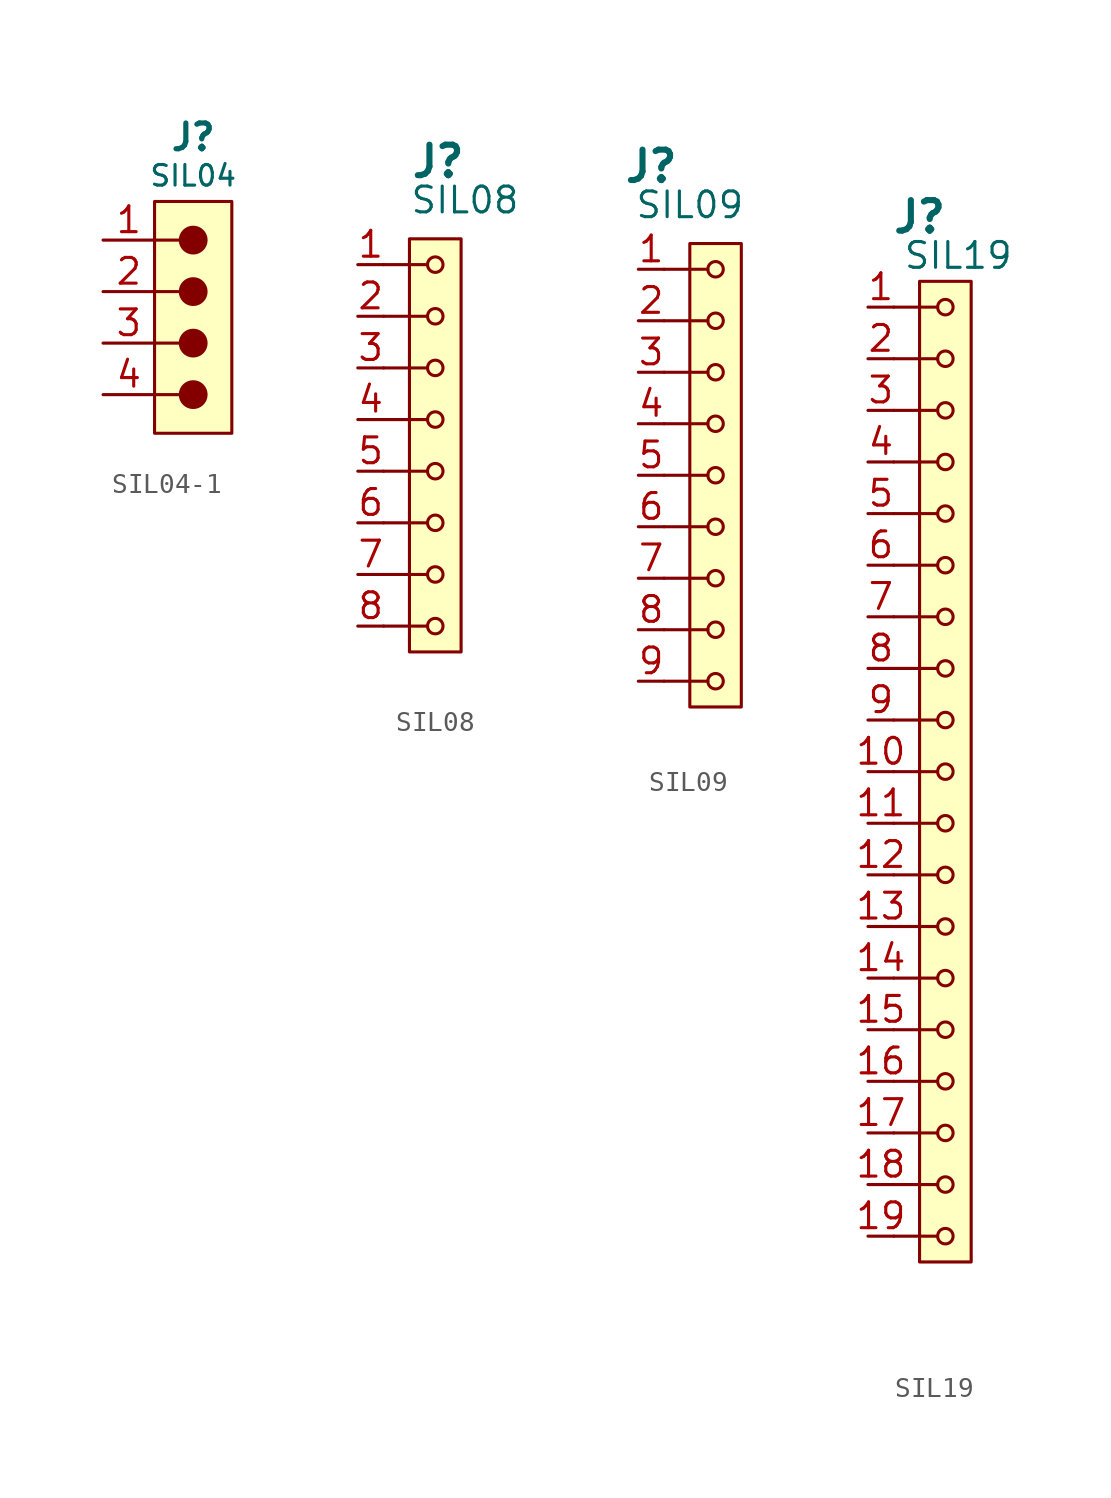
<source format=kicad_sym>
(kicad_symbol_lib
  (version 20231120)
  (generator "kicad_symbol_editor")
  (generator_version "8.0")
  (symbol "SIL04-1"
    (pin_names hide)
    (property "Reference" "J"
      (at 0 2.54 0)
      (effects (font (size 1.27 1.27) (bold yes))))
    (property "Value" "SIL04"
      (at 0 0.635 0)
      (effects (font (size 1.016 1.016))))
    (symbol "SIL04-1_1_1"
      (rectangle (start -1.905 -0.635) (end 1.905 -12.065) (stroke (width 0) (type default)) (fill (type background)))
      (circle (center 0 -10.16) (radius 0.635) (stroke (width 0) (type default)) (fill (type outline)))
      (circle (center 0 -7.62) (radius 0.635) (stroke (width 0) (type default)) (fill (type outline)))
      (circle (center 0 -5.08) (radius 0.635) (stroke (width 0) (type default)) (fill (type outline)))
      (circle (center 0 -2.54) (radius 0.635) (stroke (width 0) (type default)) (fill (type outline)))
      (polyline (pts (xy -1.905 -10.16) (xy -0.635 -10.16)) (stroke (width 0) (type default)) (fill (type none)))
      (polyline (pts (xy -1.905 -5.08) (xy -0.635 -5.08)) (stroke (width 0) (type default)) (fill (type none)))
      (polyline (pts (xy -1.905 -2.54) (xy -0.635 -2.54)) (stroke (width 0) (type default)) (fill (type none)))
      (polyline (pts (xy -0.635 -7.62) (xy -1.905 -7.62)) (stroke (width 0) (type default)) (fill (type none)))
      (pin passive line (at -4.445 -2.54 0) (length 2.54) (name "1" (effects (font (size 1.27 1.27)))) (number "1" (effects (font (size 1.27 1.27)))))
      (pin passive line (at -4.445 -5.08 0) (length 2.54) (name "2" (effects (font (size 1.27 1.27)))) (number "2" (effects (font (size 1.27 1.27)))))
      (pin passive line (at -4.445 -7.62 0) (length 2.54) (name "3" (effects (font (size 1.27 1.27)))) (number "3" (effects (font (size 1.27 1.27)))))
      (pin passive line (at -4.445 -10.16 0) (length 2.54) (name "4" (effects (font (size 1.27 1.27)))) (number "4" (effects (font (size 1.27 1.27)))))))
  (symbol "SIL08"
    (pin_names hide)
    (property "Reference" "J"
      (at 0 0 0)
      (effects (font (size 1.5 1.5) (bold yes)) (justify left)))
    (property "Value" "SIL08"
      (at 0 -1.905 0)
      (effects (font (size 1.27 1.27)) (justify left)))
    (symbol "SIL08_0_0"
      (polyline (pts (xy -1.27 -22.86) (xy 0.889 -22.86)) (stroke (width 0) (type default)) (fill (type none)))
      (polyline (pts (xy -1.27 -20.32) (xy 0.889 -20.32)) (stroke (width 0) (type default)) (fill (type none)))
      (polyline (pts (xy -1.27 -17.78) (xy 0.889 -17.78)) (stroke (width 0) (type default)) (fill (type none)))
      (polyline (pts (xy -1.27 -15.24) (xy 0.889 -15.24)) (stroke (width 0) (type default)) (fill (type none)))
      (polyline (pts (xy -1.27 -12.7) (xy 0.889 -12.7)) (stroke (width 0) (type default)) (fill (type none)))
      (polyline (pts (xy -1.27 -10.16) (xy 0.889 -10.16)) (stroke (width 0) (type default)) (fill (type none)))
      (polyline (pts (xy -1.27 -7.62) (xy 0.889 -7.62)) (stroke (width 0) (type default)) (fill (type none)))
      (polyline (pts (xy -1.27 -5.08) (xy 0.889 -5.08)) (stroke (width 0) (type default)) (fill (type none))))
    (symbol "SIL08_1_0"
      (rectangle (start 0 -3.81) (end 2.54 -24.13) (stroke (width 0) (type default)) (fill (type background)))
      (circle (center 1.27 -22.86) (radius 0.381) (stroke (width 0) (type default)) (fill (type none)))
      (circle (center 1.27 -20.32) (radius 0.381) (stroke (width 0) (type default)) (fill (type none)))
      (circle (center 1.27 -17.78) (radius 0.381) (stroke (width 0) (type default)) (fill (type none)))
      (circle (center 1.27 -15.24) (radius 0.381) (stroke (width 0) (type default)) (fill (type none)))
      (circle (center 1.27 -12.7) (radius 0.381) (stroke (width 0) (type default)) (fill (type none)))
      (circle (center 1.27 -10.16) (radius 0.381) (stroke (width 0) (type default)) (fill (type none)))
      (circle (center 1.27 -7.62) (radius 0.381) (stroke (width 0) (type default)) (fill (type none)))
      (circle (center 1.27 -5.08) (radius 0.381) (stroke (width 0) (type default)) (fill (type none)))
      (pin passive line (at -2.54 -5.08 0) (length 1.27) (name "1" (effects (font (size 1.27 1.27)))) (number "1" (effects (font (size 1.27 1.27)))))
      (pin passive line (at -2.54 -7.62 0) (length 1.27) (name "2" (effects (font (size 1.27 1.27)))) (number "2" (effects (font (size 1.27 1.27)))))
      (pin passive line (at -2.54 -10.16 0) (length 1.27) (name "3" (effects (font (size 1.27 1.27)))) (number "3" (effects (font (size 1.27 1.27)))))
      (pin passive line (at -2.54 -12.7 0) (length 1.27) (name "4" (effects (font (size 1.27 1.27)))) (number "4" (effects (font (size 1.27 1.27)))))
      (pin passive line (at -2.54 -15.24 0) (length 1.27) (name "5" (effects (font (size 1.27 1.27)))) (number "5" (effects (font (size 1.27 1.27)))))
      (pin passive line (at -2.54 -17.78 0) (length 1.27) (name "6" (effects (font (size 1.27 1.27)))) (number "6" (effects (font (size 1.27 1.27)))))
      (pin passive line (at -2.54 -20.32 0) (length 1.27) (name "7" (effects (font (size 1.27 1.27)))) (number "7" (effects (font (size 1.27 1.27)))))
      (pin passive line (at -2.54 -22.86 0) (length 1.27) (name "8" (effects (font (size 1.27 1.27)))) (number "8" (effects (font (size 1.27 1.27)))))))
  (symbol "SIL09"
    (pin_names hide)
    (property "Reference" "J"
      (at 0 0 0)
      (effects (font (size 1.5 1.5) (bold yes))))
    (property "Value" "SIL09"
      (at 1.905 -1.905 0)
      (effects (font (size 1.27 1.27))))
    (symbol "SIL09_0_0"
      (polyline (pts (xy 0.635 -25.4) (xy 2.794 -25.4)) (stroke (width 0) (type default)) (fill (type none)))
      (polyline (pts (xy 0.635 -22.86) (xy 2.794 -22.86)) (stroke (width 0) (type default)) (fill (type none)))
      (polyline (pts (xy 0.635 -20.32) (xy 2.794 -20.32)) (stroke (width 0) (type default)) (fill (type none)))
      (polyline (pts (xy 0.635 -17.78) (xy 2.794 -17.78)) (stroke (width 0) (type default)) (fill (type none)))
      (polyline (pts (xy 0.635 -15.24) (xy 2.794 -15.24)) (stroke (width 0) (type default)) (fill (type none)))
      (polyline (pts (xy 0.635 -12.7) (xy 2.794 -12.7)) (stroke (width 0) (type default)) (fill (type none)))
      (polyline (pts (xy 0.635 -10.16) (xy 2.794 -10.16)) (stroke (width 0) (type default)) (fill (type none)))
      (polyline (pts (xy 0.635 -7.62) (xy 2.794 -7.62)) (stroke (width 0) (type default)) (fill (type none)))
      (polyline (pts (xy 0.635 -5.08) (xy 2.794 -5.08)) (stroke (width 0) (type default)) (fill (type none))))
    (symbol "SIL09_1_0"
      (rectangle (start 1.905 -3.81) (end 4.445 -26.67) (stroke (width 0) (type default)) (fill (type background)))
      (circle (center 3.175 -25.4) (radius 0.381) (stroke (width 0) (type default)) (fill (type none)))
      (circle (center 3.175 -22.86) (radius 0.381) (stroke (width 0) (type default)) (fill (type none)))
      (circle (center 3.175 -20.32) (radius 0.381) (stroke (width 0) (type default)) (fill (type none)))
      (circle (center 3.175 -17.78) (radius 0.381) (stroke (width 0) (type default)) (fill (type none)))
      (circle (center 3.175 -15.24) (radius 0.381) (stroke (width 0) (type default)) (fill (type none)))
      (circle (center 3.175 -12.7) (radius 0.381) (stroke (width 0) (type default)) (fill (type none)))
      (circle (center 3.175 -10.16) (radius 0.381) (stroke (width 0) (type default)) (fill (type none)))
      (circle (center 3.175 -7.62) (radius 0.381) (stroke (width 0) (type default)) (fill (type none)))
      (circle (center 3.175 -5.08) (radius 0.381) (stroke (width 0) (type default)) (fill (type none)))
      (pin passive line (at -0.635 -5.08 0) (length 1.27) (name "1" (effects (font (size 1.27 1.27)))) (number "1" (effects (font (size 1.27 1.27)))))
      (pin passive line (at -0.635 -7.62 0) (length 1.27) (name "2" (effects (font (size 1.27 1.27)))) (number "2" (effects (font (size 1.27 1.27)))))
      (pin passive line (at -0.635 -10.16 0) (length 1.27) (name "3" (effects (font (size 1.27 1.27)))) (number "3" (effects (font (size 1.27 1.27)))))
      (pin passive line (at -0.635 -12.7 0) (length 1.27) (name "4" (effects (font (size 1.27 1.27)))) (number "4" (effects (font (size 1.27 1.27)))))
      (pin passive line (at -0.635 -15.24 0) (length 1.27) (name "5" (effects (font (size 1.27 1.27)))) (number "5" (effects (font (size 1.27 1.27)))))
      (pin passive line (at -0.635 -17.78 0) (length 1.27) (name "6" (effects (font (size 1.27 1.27)))) (number "6" (effects (font (size 1.27 1.27)))))
      (pin passive line (at -0.635 -20.32 0) (length 1.27) (name "7" (effects (font (size 1.27 1.27)))) (number "7" (effects (font (size 1.27 1.27)))))
      (pin passive line (at -0.635 -22.86 0) (length 1.27) (name "8" (effects (font (size 1.27 1.27)))) (number "8" (effects (font (size 1.27 1.27)))))
      (pin passive line (at -0.635 -25.4 0) (length 1.27) (name "9" (effects (font (size 1.27 1.27)))) (number "9" (effects (font (size 1.27 1.27)))))))
  (symbol "SIL19"
    (pin_names hide)
    (property "Reference" "J"
      (at 0 -0.635 0)
      (effects (font (size 1.5 1.5) (bold yes))))
    (property "Value" "SIL19"
      (at 1.905 -2.54 0)
      (effects (font (size 1.27 1.27))))
    (symbol "SIL19_0_0"
      (polyline (pts (xy -1.27 -50.8) (xy 0.889 -50.8)) (stroke (width 0) (type default)) (fill (type none)))
      (polyline (pts (xy -1.27 -48.26) (xy 0.889 -48.26)) (stroke (width 0) (type default)) (fill (type none)))
      (polyline (pts (xy -1.27 -45.72) (xy 0.889 -45.72)) (stroke (width 0) (type default)) (fill (type none)))
      (polyline (pts (xy -1.27 -43.18) (xy 0.889 -43.18)) (stroke (width 0) (type default)) (fill (type none)))
      (polyline (pts (xy -1.27 -40.64) (xy 0.889 -40.64)) (stroke (width 0) (type default)) (fill (type none)))
      (polyline (pts (xy -1.27 -38.1) (xy 0.889 -38.1)) (stroke (width 0) (type default)) (fill (type none)))
      (polyline (pts (xy -1.27 -35.56) (xy 0.889 -35.56)) (stroke (width 0) (type default)) (fill (type none)))
      (polyline (pts (xy -1.27 -33.02) (xy 0.889 -33.02)) (stroke (width 0) (type default)) (fill (type none)))
      (polyline (pts (xy -1.27 -30.48) (xy 0.889 -30.48)) (stroke (width 0) (type default)) (fill (type none)))
      (polyline (pts (xy -1.27 -27.94) (xy 0.889 -27.94)) (stroke (width 0) (type default)) (fill (type none)))
      (polyline (pts (xy -1.27 -25.4) (xy 0.889 -25.4)) (stroke (width 0) (type default)) (fill (type none)))
      (polyline (pts (xy -1.27 -22.86) (xy 0.889 -22.86)) (stroke (width 0) (type default)) (fill (type none)))
      (polyline (pts (xy -1.27 -20.32) (xy 0.889 -20.32)) (stroke (width 0) (type default)) (fill (type none)))
      (polyline (pts (xy -1.27 -17.78) (xy 0.889 -17.78)) (stroke (width 0) (type default)) (fill (type none)))
      (polyline (pts (xy -1.27 -15.24) (xy 0.889 -15.24)) (stroke (width 0) (type default)) (fill (type none)))
      (polyline (pts (xy -1.27 -12.7) (xy 0.889 -12.7)) (stroke (width 0) (type default)) (fill (type none)))
      (polyline (pts (xy -1.27 -10.16) (xy 0.889 -10.16)) (stroke (width 0) (type default)) (fill (type none)))
      (polyline (pts (xy -1.27 -7.62) (xy 0.889 -7.62)) (stroke (width 0) (type default)) (fill (type none)))
      (polyline (pts (xy -1.27 -5.08) (xy 0.889 -5.08)) (stroke (width 0) (type default)) (fill (type none))))
    (symbol "SIL19_1_0"
      (rectangle (start 0 -3.81) (end 2.54 -52.07) (stroke (width 0) (type default)) (fill (type background)))
      (circle (center 1.27 -50.8) (radius 0.381) (stroke (width 0) (type default)) (fill (type none)))
      (circle (center 1.27 -48.26) (radius 0.381) (stroke (width 0) (type default)) (fill (type none)))
      (circle (center 1.27 -45.72) (radius 0.381) (stroke (width 0) (type default)) (fill (type none)))
      (circle (center 1.27 -43.18) (radius 0.381) (stroke (width 0) (type default)) (fill (type none)))
      (circle (center 1.27 -40.64) (radius 0.381) (stroke (width 0) (type default)) (fill (type none)))
      (circle (center 1.27 -38.1) (radius 0.381) (stroke (width 0) (type default)) (fill (type none)))
      (circle (center 1.27 -35.56) (radius 0.381) (stroke (width 0) (type default)) (fill (type none)))
      (circle (center 1.27 -33.02) (radius 0.381) (stroke (width 0) (type default)) (fill (type none)))
      (circle (center 1.27 -30.48) (radius 0.381) (stroke (width 0) (type default)) (fill (type none)))
      (circle (center 1.27 -27.94) (radius 0.381) (stroke (width 0) (type default)) (fill (type none)))
      (circle (center 1.27 -25.4) (radius 0.381) (stroke (width 0) (type default)) (fill (type none)))
      (circle (center 1.27 -22.86) (radius 0.381) (stroke (width 0) (type default)) (fill (type none)))
      (circle (center 1.27 -20.32) (radius 0.381) (stroke (width 0) (type default)) (fill (type none)))
      (circle (center 1.27 -17.78) (radius 0.381) (stroke (width 0) (type default)) (fill (type none)))
      (circle (center 1.27 -15.24) (radius 0.381) (stroke (width 0) (type default)) (fill (type none)))
      (circle (center 1.27 -12.7) (radius 0.381) (stroke (width 0) (type default)) (fill (type none)))
      (circle (center 1.27 -10.16) (radius 0.381) (stroke (width 0) (type default)) (fill (type none)))
      (circle (center 1.27 -7.62) (radius 0.381) (stroke (width 0) (type default)) (fill (type none)))
      (circle (center 1.27 -5.08) (radius 0.381) (stroke (width 0) (type default)) (fill (type none)))
      (pin passive line (at -2.54 -5.08 0) (length 1.27) (name "1" (effects (font (size 1.27 1.27)))) (number "1" (effects (font (size 1.27 1.27)))))
      (pin passive line (at -2.54 -27.94 0) (length 1.27) (name "10" (effects (font (size 1.27 1.27)))) (number "10" (effects (font (size 1.27 1.27)))))
      (pin passive line (at -2.54 -30.48 0) (length 1.27) (name "11" (effects (font (size 1.27 1.27)))) (number "11" (effects (font (size 1.27 1.27)))))
      (pin passive line (at -2.54 -33.02 0) (length 1.27) (name "12" (effects (font (size 1.27 1.27)))) (number "12" (effects (font (size 1.27 1.27)))))
      (pin passive line (at -2.54 -35.56 0) (length 1.27) (name "13" (effects (font (size 1.27 1.27)))) (number "13" (effects (font (size 1.27 1.27)))))
      (pin passive line (at -2.54 -38.1 0) (length 1.27) (name "14" (effects (font (size 1.27 1.27)))) (number "14" (effects (font (size 1.27 1.27)))))
      (pin passive line (at -2.54 -40.64 0) (length 1.27) (name "15" (effects (font (size 1.27 1.27)))) (number "15" (effects (font (size 1.27 1.27)))))
      (pin passive line (at -2.54 -43.18 0) (length 1.27) (name "16" (effects (font (size 1.27 1.27)))) (number "16" (effects (font (size 1.27 1.27)))))
      (pin passive line (at -2.54 -45.72 0) (length 1.27) (name "17" (effects (font (size 1.27 1.27)))) (number "17" (effects (font (size 1.27 1.27)))))
      (pin passive line (at -2.54 -48.26 0) (length 1.27) (name "18" (effects (font (size 1.27 1.27)))) (number "18" (effects (font (size 1.27 1.27)))))
      (pin passive line (at -2.54 -50.8 0) (length 1.27) (name "19" (effects (font (size 1.27 1.27)))) (number "19" (effects (font (size 1.27 1.27)))))
      (pin passive line (at -2.54 -7.62 0) (length 1.27) (name "2" (effects (font (size 1.27 1.27)))) (number "2" (effects (font (size 1.27 1.27)))))
      (pin passive line (at -2.54 -10.16 0) (length 1.27) (name "3" (effects (font (size 1.27 1.27)))) (number "3" (effects (font (size 1.27 1.27)))))
      (pin passive line (at -2.54 -12.7 0) (length 1.27) (name "4" (effects (font (size 1.27 1.27)))) (number "4" (effects (font (size 1.27 1.27)))))
      (pin passive line (at -2.54 -15.24 0) (length 1.27) (name "5" (effects (font (size 1.27 1.27)))) (number "5" (effects (font (size 1.27 1.27)))))
      (pin passive line (at -2.54 -17.78 0) (length 1.27) (name "6" (effects (font (size 1.27 1.27)))) (number "6" (effects (font (size 1.27 1.27)))))
      (pin passive line (at -2.54 -20.32 0) (length 1.27) (name "7" (effects (font (size 1.27 1.27)))) (number "7" (effects (font (size 1.27 1.27)))))
      (pin passive line (at -2.54 -22.86 0) (length 1.27) (name "8" (effects (font (size 1.27 1.27)))) (number "8" (effects (font (size 1.27 1.27)))))
      (pin passive line (at -2.54 -25.4 0) (length 1.27) (name "9" (effects (font (size 1.27 1.27)))) (number "9" (effects (font (size 1.27 1.27))))))))
</source>
